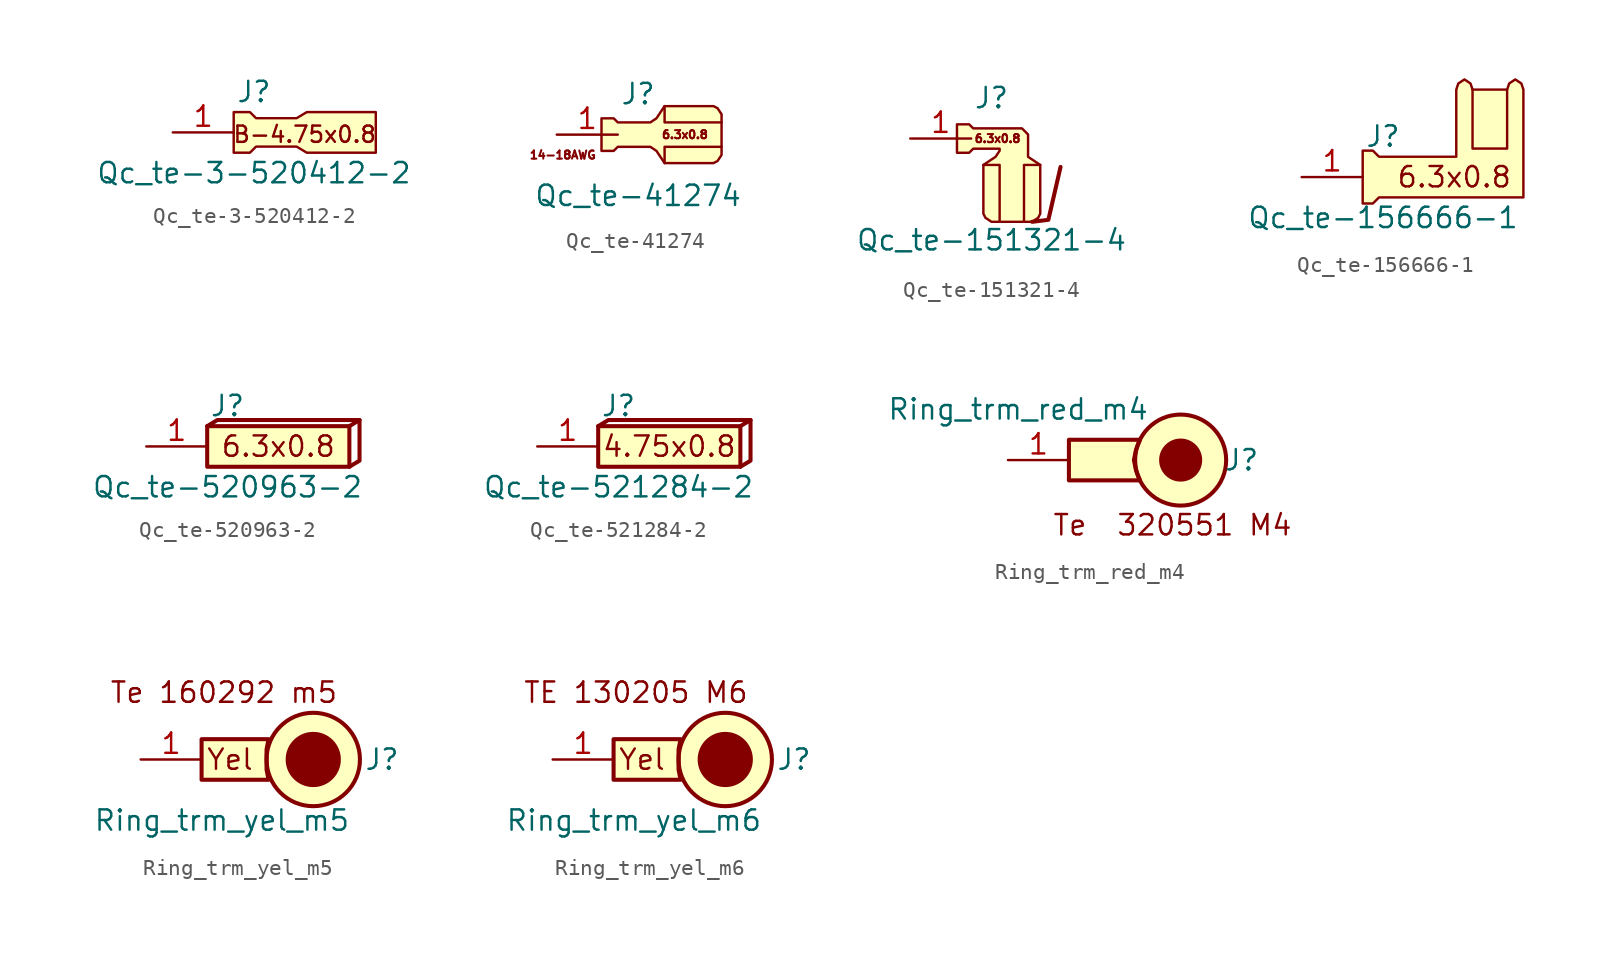
<source format=kicad_sym>
(kicad_symbol_lib
  (version 20220914)
  (generator kicad_symbol_editor)
  (symbol "Qc_te-3-520412-2"
    (pin_names
      (offset 1.016) hide)
    (property "Reference" "J"
      (at 0 2.54 0)
      (effects (font (size 1.27 1.27))))
    (property "Value" "Qc_te-3-520412-2"
      (at 0 -2.54 0)
      (effects (font (size 1.27 1.27))))
    (symbol "Qc_te-3-520412-2_0_0"
      (text "B-4.75x0.8" (at 3.175 -0.127 0) (effects (font (size 1.016 1.016)))))
    (symbol "Qc_te-3-520412-2_0_1"
      (polyline (pts (xy -1.27 -1.27) (xy -0.254 -1.27) (xy 0.127 -0.889) (xy 2.667 -0.889) (xy 3.302 -1.27) (xy 7.62 -1.27) (xy 7.62 1.27) (xy 3.302 1.27) (xy 2.667 0.889) (xy 0.127 0.889) (xy -0.254 1.27) (xy -1.27 1.27) (xy -1.27 -1.27)) (stroke (width 0.152) (type default)) (fill (type background))))
    (symbol "Qc_te-3-520412-2_1_1"
      (pin passive line (at -5.08 0 0) (length 3.81) (name "Pin_1" (effects (font (size 1.27 1.27)))) (number "1" (effects (font (size 1.27 1.27)))))))
  (symbol "Qc_te-41274"
    (pin_names
      (offset 1.016) hide)
    (property "Reference" "J"
      (at 0 2.54 0)
      (effects (font (size 1.27 1.27))))
    (property "Value" "Qc_te-41274"
      (at 0 -3.81 0)
      (effects (font (size 1.27 1.27))))
    (symbol "Qc_te-41274_0_0"
      (text "14-18AWG" (at -4.699 -1.27 0) (effects (font (size 0.508 0.508)))))
    (symbol "Qc_te-41274_0_1"
      (polyline (pts (xy 5.207 -0.762) (xy 1.651 -0.762) (xy 1.651 -1.778)) (stroke (width 0) (type default)) (fill (type none)))
      (polyline (pts (xy 5.207 0.762) (xy 1.651 0.762) (xy 1.651 1.778)) (stroke (width 0) (type default)) (fill (type none)))
      (polyline (pts (xy 4.699 1.778) (xy 1.651 1.778) (xy 1.143 1.016) (xy 0.762 0.762) (xy -1.27 0.762) (xy -1.524 1.016) (xy -2.286 1.016) (xy -2.286 -1.016) (xy -1.524 -1.016) (xy -1.27 -0.762) (xy 0.762 -0.762) (xy 1.143 -1.016) (xy 1.651 -1.778) (xy 4.699 -1.778) (xy 4.953 -1.651) (xy 5.207 -1.27) (xy 5.207 -0.762) (xy 5.207 1.27) (xy 4.953 1.651) (xy 4.699 1.778)) (stroke (width 0) (type default)) (fill (type background))))
    (symbol "Qc_te-41274_1_1"
      (text "6.3x0.8" (at 2.921 0 0) (effects (font (size 0.508 0.508))))
      (pin passive line (at -5.08 0 0) (length 3.81) (name "Pin_1" (effects (font (size 1.27 1.27)))) (number "1" (effects (font (size 1.27 1.27)))))))
  (symbol "Qc_te-151321-4"
    (pin_names
      (offset 1.016) hide)
    (property "Reference" "J"
      (at 0 2.54 0)
      (effects (font (size 1.27 1.27))))
    (property "Value" "Qc_te-151321-4"
      (at 0 -6.35 0)
      (effects (font (size 1.27 1.27))))
    (symbol "Qc_te-151321-4_0_0"
      (polyline (pts (xy 2.54 -5.207) (xy 3.556 -5.08) (xy 4.318 -1.778)) (stroke (width 0.254) (type default)) (fill (type none)))
      (text "6.3x0.8" (at 0.381 0 0) (effects (font (size 0.508 0.508)))))
    (symbol "Qc_te-151321-4_0_1"
      (polyline (pts (xy 0.508 -5.207) (xy 0.508 -1.651) (xy -0.508 -1.651)) (stroke (width 0) (type default)) (fill (type none)))
      (polyline (pts (xy 2.032 -5.207) (xy 2.032 -1.651) (xy 3.048 -1.651)) (stroke (width 0) (type default)) (fill (type none)))
      (polyline (pts (xy 3.048 -4.699) (xy 3.048 -1.651) (xy 2.286 -1.143) (xy 2.286 0.254) (xy 1.905 0.635) (xy -1.143 0.635) (xy -1.397 0.889) (xy -2.159 0.889) (xy -2.159 -0.889) (xy -1.397 -0.889) (xy -1.143 -0.635) (xy 0.508 -0.635) (xy 0.508 -0.762) (xy 0.254 -1.143) (xy -0.508 -1.651) (xy -0.508 -4.699) (xy -0.381 -4.953) (xy 0 -5.207) (xy 0.508 -5.207) (xy 2.54 -5.207) (xy 2.921 -4.953) (xy 3.048 -4.699)) (stroke (width 0) (type default)) (fill (type background))))
    (symbol "Qc_te-151321-4_1_1"
      (pin passive line (at -5.08 0 0) (length 3.81) (name "Pin_1" (effects (font (size 1.27 1.27)))) (number "1" (effects (font (size 1.27 1.27)))))))
  (symbol "Qc_te-156666-1"
    (pin_names
      (offset 1.016) hide)
    (property "Reference" "J"
      (at 0 2.54 0)
      (effects (font (size 1.27 1.27))))
    (property "Value" "Qc_te-156666-1"
      (at 0 -2.54 0)
      (effects (font (size 1.27 1.27))))
    (symbol "Qc_te-156666-1_0_0"
      (polyline (pts (xy -0.254 -1.27) (xy -0.635 -1.651) (xy -1.27 -1.651) (xy -1.27 0) (xy -1.27 1.651) (xy -0.635 1.651) (xy -0.254 1.27) (xy 4.572 1.27) (xy 4.572 5.461) (xy 4.699 5.842) (xy 5.08 6.096) (xy 5.461 5.842) (xy 5.588 5.461) (xy 7.747 5.461) (xy 7.874 5.842) (xy 8.255 6.096) (xy 8.636 5.842) (xy 8.763 5.461) (xy 8.763 -1.27) (xy -0.254 -1.27)) (stroke (width 0) (type default)) (fill (type background)))
      (text "6.3x0.8" (at 4.445 0 0) (effects (font (size 1.27 1.27)))))
    (symbol "Qc_te-156666-1_0_1"
      (polyline (pts (xy 5.588 5.461) (xy 5.588 1.778) (xy 7.747 1.778) (xy 7.747 5.461)) (stroke (width 0) (type default)) (fill (type none))))
    (symbol "Qc_te-156666-1_1_1"
      (pin passive line (at -5.08 0 0) (length 3.81) (name "Pin_1" (effects (font (size 1.27 1.27)))) (number "1" (effects (font (size 1.27 1.27)))))))
  (symbol "Qc_te-520963-2"
    (pin_names
      (offset 1.016) hide)
    (property "Reference" "J"
      (at 0 2.54 0)
      (effects (font (size 1.27 1.27))))
    (property "Value" "Qc_te-520963-2"
      (at 0 -2.54 0)
      (effects (font (size 1.27 1.27))))
    (symbol "Qc_te-520963-2_0_0"
      (text "6.3x0.8" (at 3.175 0 0) (effects (font (size 1.27 1.27)))))
    (symbol "Qc_te-520963-2_0_1"
      (polyline (pts (xy 7.62 1.27) (xy 8.255 1.651)) (stroke (width 0.254) (type default)) (fill (type none)))
      (polyline (pts (xy -1.27 1.27) (xy -0.635 1.651) (xy 8.255 1.651) (xy 8.255 -0.889) (xy 7.62 -1.27)) (stroke (width 0.254) (type default)) (fill (type none))))
    (symbol "Qc_te-520963-2_1_1"
      (rectangle (start -1.27 1.27) (end 7.62 -1.27) (stroke (width 0.254) (type default)) (fill (type background)))
      (pin passive line (at -5.08 0 0) (length 3.81) (name "Pin_1" (effects (font (size 1.27 1.27)))) (number "1" (effects (font (size 1.27 1.27)))))))
  (symbol "Qc_te-521284-2"
    (pin_names
      (offset 1.016) hide)
    (property "Reference" "J"
      (at 0 2.54 0)
      (effects (font (size 1.27 1.27))))
    (property "Value" "Qc_te-521284-2"
      (at 0 -2.54 0)
      (effects (font (size 1.27 1.27))))
    (symbol "Qc_te-521284-2_0_0"
      (text "4.75x0.8" (at 3.175 0 0) (effects (font (size 1.27 1.27)))))
    (symbol "Qc_te-521284-2_0_1"
      (polyline (pts (xy 7.62 1.27) (xy 8.255 1.651)) (stroke (width 0.254) (type default)) (fill (type none)))
      (polyline (pts (xy -1.27 1.27) (xy -0.635 1.651) (xy 8.255 1.651) (xy 8.255 -0.889) (xy 7.62 -1.27)) (stroke (width 0.254) (type default)) (fill (type none))))
    (symbol "Qc_te-521284-2_1_1"
      (rectangle (start -1.27 1.27) (end 7.62 -1.27) (stroke (width 0.254) (type default)) (fill (type background)))
      (pin passive line (at -5.08 0 0) (length 3.81) (name "Pin_1" (effects (font (size 1.27 1.27)))) (number "1" (effects (font (size 1.27 1.27)))))))
  (symbol "Ring_trm_red_m4"
    (pin_names
      (offset 1.016) hide)
    (property "Reference" "J"
      (at 9.525 0 0)
      (effects (font (size 1.27 1.27))))
    (property "Value" "Ring_trm_red_m4"
      (at -4.445 3.175 0)
      (effects (font (size 1.27 1.27))))
    (symbol "Ring_trm_red_m4_0_0"
      (text "Te  320551 M4" (at 5.207 -4.064 0) (effects (font (size 1.27 1.27)))))
    (symbol "Ring_trm_red_m4_0_1"
      (polyline (pts (xy 3.175 1.27) (xy 2.921 0.635) (xy 2.794 0) (xy 2.921 -0.635) (xy 3.175 -1.27) (xy -1.27 -1.27) (xy -1.27 1.27) (xy 3.175 1.27)) (stroke (width 0.254) (type default)) (fill (type background)))
      (circle (center 5.715 0) (radius 1.27) (stroke (width 0) (type default)) (fill (type outline)))
      (circle (center 5.715 0) (radius 2.845) (stroke (width 0.254) (type default)) (fill (type background))))
    (symbol "Ring_trm_red_m4_1_1"
      (pin passive line (at -5.08 0 0) (length 3.81) (name "Pin_1" (effects (font (size 1.27 1.27)))) (number "1" (effects (font (size 1.27 1.27)))))))
  (symbol "Ring_trm_yel_m5"
    (pin_names
      (offset 1.016) hide)
    (property "Reference" "J"
      (at 8.89 0 0)
      (effects (font (size 1.27 1.27)) (justify left)))
    (property "Value" "Ring_trm_yel_m5"
      (at 0 -3.81 0)
      (effects (font (size 1.27 1.27))))
    (symbol "Ring_trm_yel_m5_0_0"
      (text "Te 160292 m5" (at 0.127 4.191 0) (effects (font (size 1.27 1.27))))
      (text "Yel" (at 0.508 0 0) (effects (font (size 1.27 1.27)))))
    (symbol "Ring_trm_yel_m5_0_1"
      (polyline (pts (xy 2.921 1.27) (xy 2.794 0.635) (xy 2.794 0) (xy 2.794 -0.635) (xy 2.921 -1.27) (xy -1.27 -1.27) (xy -1.27 1.27) (xy 2.921 1.27)) (stroke (width 0.254) (type default)) (fill (type background)))
      (circle (center 5.715 0) (radius 1.651) (stroke (width 0) (type default)) (fill (type outline)))
      (circle (center 5.715 0) (radius 2.921) (stroke (width 0.254) (type default)) (fill (type background))))
    (symbol "Ring_trm_yel_m5_1_1"
      (pin passive line (at -5.08 0 0) (length 3.81) (name "Pin_1" (effects (font (size 1.27 1.27)))) (number "1" (effects (font (size 1.27 1.27)))))))
  (symbol "Ring_trm_yel_m6"
    (pin_names
      (offset 1.016) hide)
    (property "Reference" "J"
      (at 8.89 0 0)
      (effects (font (size 1.27 1.27)) (justify left)))
    (property "Value" "Ring_trm_yel_m6"
      (at 0 -3.81 0)
      (effects (font (size 1.27 1.27))))
    (symbol "Ring_trm_yel_m6_0_0"
      (text "TE 130205 M6" (at 0.127 4.191 0) (effects (font (size 1.27 1.27))))
      (text "Yel" (at 0.508 0 0) (effects (font (size 1.27 1.27)))))
    (symbol "Ring_trm_yel_m6_0_1"
      (polyline (pts (xy 2.921 1.27) (xy 2.794 0.635) (xy 2.794 0) (xy 2.794 -0.635) (xy 2.921 -1.27) (xy -1.27 -1.27) (xy -1.27 1.27) (xy 2.921 1.27)) (stroke (width 0.254) (type default)) (fill (type background)))
      (circle (center 5.715 0) (radius 1.651) (stroke (width 0) (type default)) (fill (type outline)))
      (circle (center 5.715 0) (radius 2.921) (stroke (width 0.254) (type default)) (fill (type background))))
    (symbol "Ring_trm_yel_m6_1_1"
      (pin passive line (at -5.08 0 0) (length 3.81) (name "Pin_1" (effects (font (size 1.27 1.27)))) (number "1" (effects (font (size 1.27 1.27))))))))
</source>
